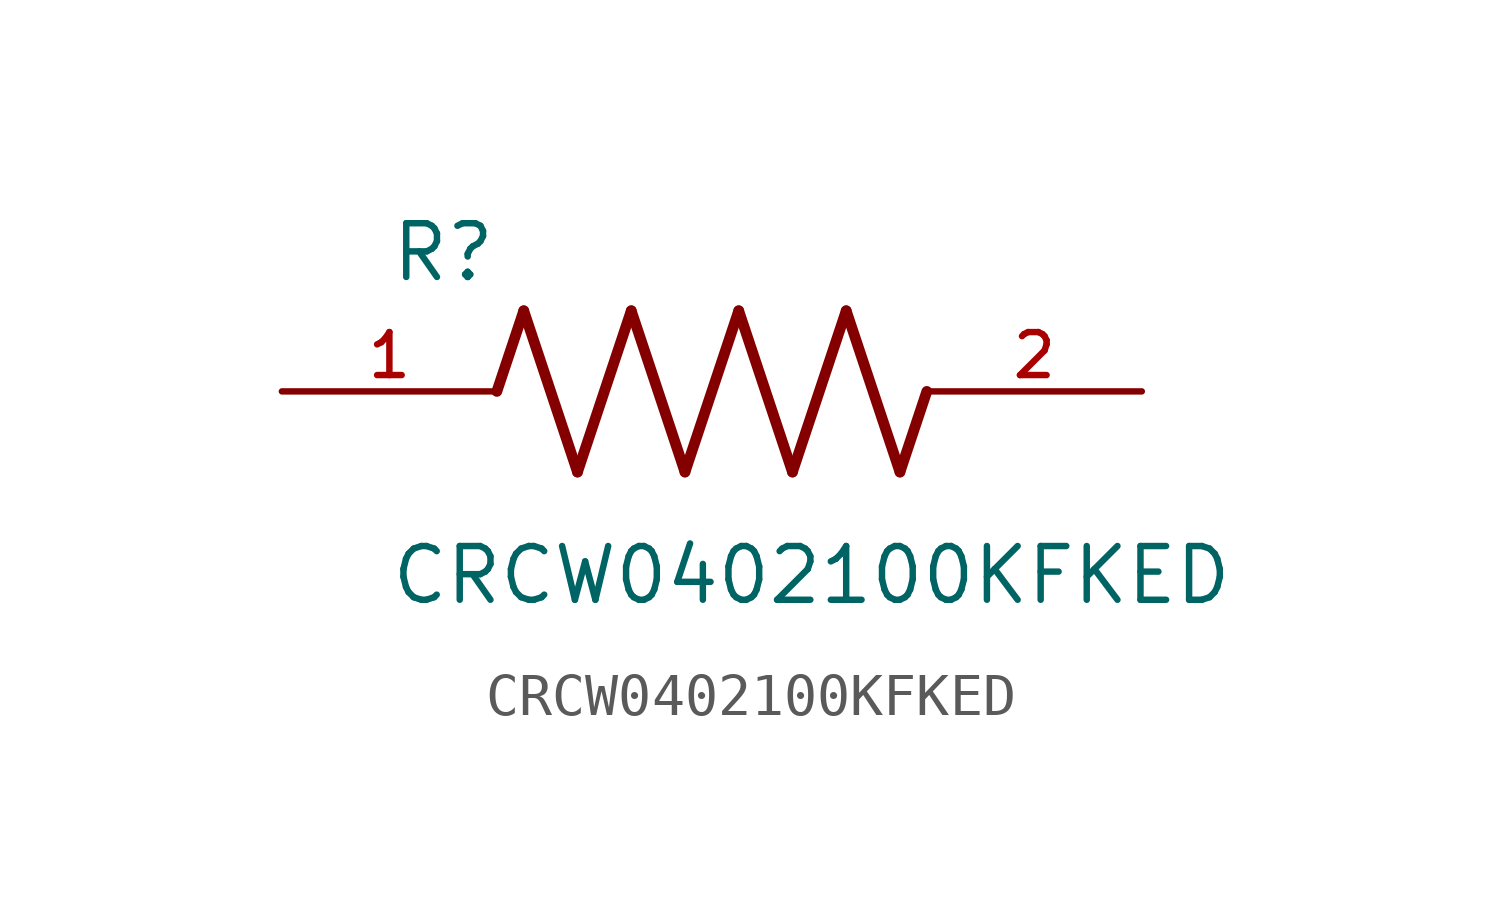
<source format=kicad_sym>
(kicad_symbol_lib
  (version 20211014)
  (generator kicad_symbol_editor)
  (symbol "CRCW0402100KFKED"
    (pin_names
      (offset 1.016))
    (property "Reference" "R"
      (at -7.624 2.541 0)
      (effects (font (size 1.27 1.27)) (justify bottom left)))
    (property "Value" "CRCW0402100KFKED"
      (at -7.63 -5.087 0)
      (effects (font (size 1.27 1.27)) (justify bottom left)))
    (symbol "CRCW0402100KFKED_0_0"
      (polyline (pts (xy -5.08 0.0) (xy -4.445 1.905)) (stroke (width 0.254)))
      (polyline (pts (xy -4.445 1.905) (xy -3.175 -1.905)) (stroke (width 0.254)))
      (polyline (pts (xy -3.175 -1.905) (xy -1.905 1.905)) (stroke (width 0.254)))
      (polyline (pts (xy -1.905 1.905) (xy -0.635 -1.905)) (stroke (width 0.254)))
      (polyline (pts (xy -0.635 -1.905) (xy 0.635 1.905)) (stroke (width 0.254)))
      (polyline (pts (xy 0.635 1.905) (xy 1.905 -1.905)) (stroke (width 0.254)))
      (polyline (pts (xy 1.905 -1.905) (xy 3.175 1.905)) (stroke (width 0.254)))
      (polyline (pts (xy 3.175 1.905) (xy 4.445 -1.905)) (stroke (width 0.254)))
      (polyline (pts (xy 4.445 -1.905) (xy 5.08 0.0)) (stroke (width 0.254)))
      (pin passive line (at -10.16 0.0 0) (length 5.08) (name "~" (effects (font (size 1.016 1.016)))) (number "1" (effects (font (size 1.016 1.016)))))
      (pin passive line (at 10.16 0.0 180.0) (length 5.08) (name "~" (effects (font (size 1.016 1.016)))) (number "2" (effects (font (size 1.016 1.016))))))))
</source>
